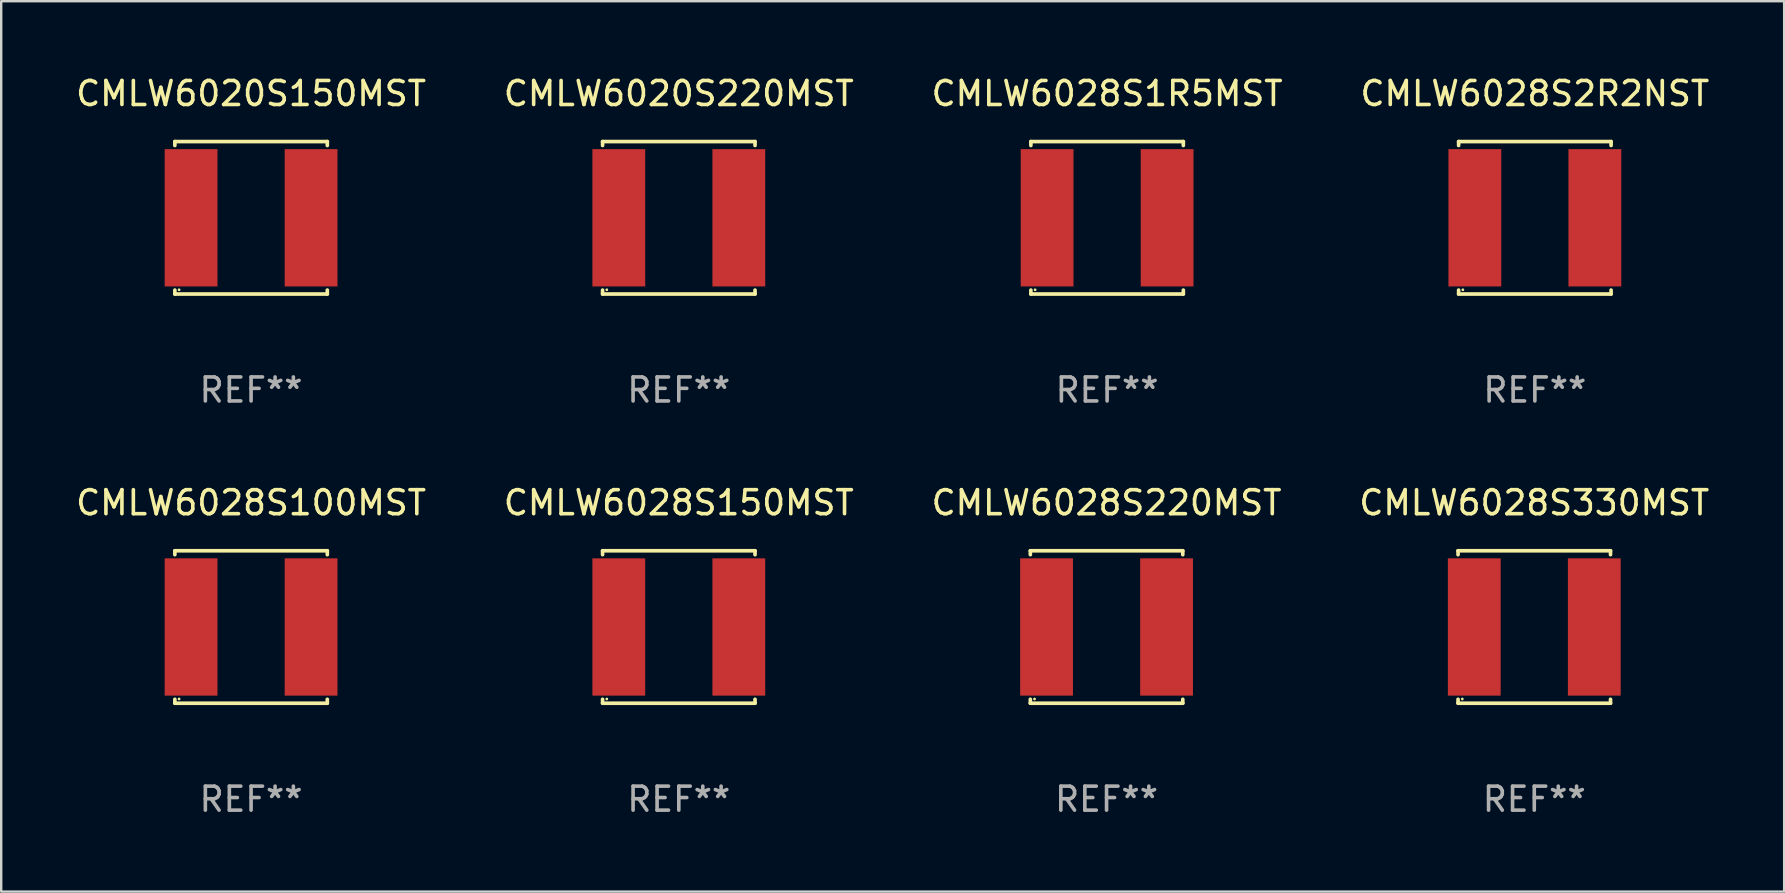
<source format=kicad_pcb>
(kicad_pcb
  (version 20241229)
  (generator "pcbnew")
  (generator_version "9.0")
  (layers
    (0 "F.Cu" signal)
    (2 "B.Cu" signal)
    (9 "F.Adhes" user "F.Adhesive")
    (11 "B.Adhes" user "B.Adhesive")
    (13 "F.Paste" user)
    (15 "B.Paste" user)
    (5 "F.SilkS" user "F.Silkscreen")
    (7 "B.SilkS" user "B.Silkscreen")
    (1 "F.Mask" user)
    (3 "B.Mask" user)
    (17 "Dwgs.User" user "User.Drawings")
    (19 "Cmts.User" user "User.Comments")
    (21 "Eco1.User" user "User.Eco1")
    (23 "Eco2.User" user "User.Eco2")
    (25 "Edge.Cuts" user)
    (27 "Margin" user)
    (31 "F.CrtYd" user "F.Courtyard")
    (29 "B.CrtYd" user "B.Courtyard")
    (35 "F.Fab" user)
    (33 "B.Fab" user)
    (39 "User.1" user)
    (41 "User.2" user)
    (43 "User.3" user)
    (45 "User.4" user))
  (footprint "CMLW6028S330MST"
    (layer "F.Cu")
    (at 60.875 23.073)
    (property "Reference" "CMLW6028S330MST" (at 0 -5.176 0) (layer "F.SilkS") (effects (font (size 1 1) (thickness 0.15))))
    (attr through_hole)
    (fp_line (start -3.176 -3.176) (end 3.176 -3.176) (stroke (width 0.152) (type solid)) (layer "F.SilkS"))
    (fp_line (start -3.176 -3.012) (end -3.176 -3.176) (stroke (width 0.152) (type solid)) (layer "F.SilkS"))
    (fp_line (start -3.176 3.012) (end -3.176 3.176) (stroke (width 0.152) (type solid)) (layer "F.SilkS"))
    (fp_line (start -3.176 3.176) (end 3.176 3.176) (stroke (width 0.152) (type solid)) (layer "F.SilkS"))
    (fp_line (start 3.176 -3.176) (end 3.176 -3.012) (stroke (width 0.152) (type solid)) (layer "F.SilkS"))
    (fp_line (start 3.176 3.176) (end 3.176 3.012) (stroke (width 0.152) (type solid)) (layer "F.SilkS"))
    (fp_circle (center -3 3) (end -2.97 3) (stroke (width 0.06) (type solid)) (fill no) (layer "F.SilkS"))
    (fp_text user "REF**" (at 0 7.176 0) (layer "F.Fab") (effects (font (size 1 1) (thickness 0.15))))
    (pad "1" smd rect (at -2.5 0) (size 2.2 5.72) (layers "F.Cu" "F.Mask" "F.Paste"))
    (pad "2" smd rect (at 2.5 0) (size 2.2 5.72) (layers "F.Cu" "F.Mask" "F.Paste")))
  (footprint "CMLW6020S150MST"
    (layer "F.Cu")
    (at 7.411 6.024)
    (property "Reference" "CMLW6020S150MST" (at 0 -5.176 0) (layer "F.SilkS") (effects (font (size 1 1) (thickness 0.15))))
    (attr through_hole)
    (fp_line (start -3.176 -3.176) (end 3.176 -3.176) (stroke (width 0.152) (type solid)) (layer "F.SilkS"))
    (fp_line (start -3.176 -3.012) (end -3.176 -3.176) (stroke (width 0.152) (type solid)) (layer "F.SilkS"))
    (fp_line (start -3.176 3.012) (end -3.176 3.176) (stroke (width 0.152) (type solid)) (layer "F.SilkS"))
    (fp_line (start -3.176 3.176) (end 3.176 3.176) (stroke (width 0.152) (type solid)) (layer "F.SilkS"))
    (fp_line (start 3.176 -3.176) (end 3.176 -3.012) (stroke (width 0.152) (type solid)) (layer "F.SilkS"))
    (fp_line (start 3.176 3.176) (end 3.176 3.012) (stroke (width 0.152) (type solid)) (layer "F.SilkS"))
    (fp_circle (center -3 3) (end -2.97 3) (stroke (width 0.06) (type solid)) (fill no) (layer "F.SilkS"))
    (fp_text user "REF**" (at 0 7.176 0) (layer "F.Fab") (effects (font (size 1 1) (thickness 0.15))))
    (pad "1" smd rect (at -2.5 0) (size 2.2 5.72) (layers "F.Cu" "F.Mask" "F.Paste"))
    (pad "2" smd rect (at 2.5 0) (size 2.2 5.72) (layers "F.Cu" "F.Mask" "F.Paste")))
  (footprint "CMLW6028S100MST"
    (layer "F.Cu")
    (at 7.411 23.073)
    (property "Reference" "CMLW6028S100MST" (at 0 -5.176 0) (layer "F.SilkS") (effects (font (size 1 1) (thickness 0.15))))
    (attr through_hole)
    (fp_line (start -3.176 -3.176) (end 3.176 -3.176) (stroke (width 0.152) (type solid)) (layer "F.SilkS"))
    (fp_line (start -3.176 -3.012) (end -3.176 -3.176) (stroke (width 0.152) (type solid)) (layer "F.SilkS"))
    (fp_line (start -3.176 3.012) (end -3.176 3.176) (stroke (width 0.152) (type solid)) (layer "F.SilkS"))
    (fp_line (start -3.176 3.176) (end 3.176 3.176) (stroke (width 0.152) (type solid)) (layer "F.SilkS"))
    (fp_line (start 3.176 -3.176) (end 3.176 -3.012) (stroke (width 0.152) (type solid)) (layer "F.SilkS"))
    (fp_line (start 3.176 3.176) (end 3.176 3.012) (stroke (width 0.152) (type solid)) (layer "F.SilkS"))
    (fp_circle (center -3 3) (end -2.97 3) (stroke (width 0.06) (type solid)) (fill no) (layer "F.SilkS"))
    (fp_text user "REF**" (at 0 7.176 0) (layer "F.Fab") (effects (font (size 1 1) (thickness 0.15))))
    (pad "1" smd rect (at -2.5 0) (size 2.2 5.72) (layers "F.Cu" "F.Mask" "F.Paste"))
    (pad "2" smd rect (at 2.5 0) (size 2.2 5.72) (layers "F.Cu" "F.Mask" "F.Paste")))
  (footprint "CMLW6028S2R2NST"
    (layer "F.Cu")
    (at 60.899 6.024)
    (property "Reference" "CMLW6028S2R2NST" (at 0 -5.176 0) (layer "F.SilkS") (effects (font (size 1 1) (thickness 0.15))))
    (attr through_hole)
    (fp_line (start -3.176 -3.176) (end 3.176 -3.176) (stroke (width 0.152) (type solid)) (layer "F.SilkS"))
    (fp_line (start -3.176 -3.012) (end -3.176 -3.176) (stroke (width 0.152) (type solid)) (layer "F.SilkS"))
    (fp_line (start -3.176 3.012) (end -3.176 3.176) (stroke (width 0.152) (type solid)) (layer "F.SilkS"))
    (fp_line (start -3.176 3.176) (end 3.176 3.176) (stroke (width 0.152) (type solid)) (layer "F.SilkS"))
    (fp_line (start 3.176 -3.176) (end 3.176 -3.012) (stroke (width 0.152) (type solid)) (layer "F.SilkS"))
    (fp_line (start 3.176 3.176) (end 3.176 3.012) (stroke (width 0.152) (type solid)) (layer "F.SilkS"))
    (fp_circle (center -3 3) (end -2.97 3) (stroke (width 0.06) (type solid)) (fill no) (layer "F.SilkS"))
    (fp_text user "REF**" (at 0 7.176 0) (layer "F.Fab") (effects (font (size 1 1) (thickness 0.15))))
    (pad "1" smd rect (at -2.5 0) (size 2.2 5.72) (layers "F.Cu" "F.Mask" "F.Paste"))
    (pad "2" smd rect (at 2.5 0) (size 2.2 5.72) (layers "F.Cu" "F.Mask" "F.Paste")))
  (footprint "CMLW6028S220MST"
    (layer "F.Cu")
    (at 43.054 23.073)
    (property "Reference" "CMLW6028S220MST" (at 0 -5.176 0) (layer "F.SilkS") (effects (font (size 1 1) (thickness 0.15))))
    (attr through_hole)
    (fp_line (start -3.176 -3.176) (end 3.176 -3.176) (stroke (width 0.152) (type solid)) (layer "F.SilkS"))
    (fp_line (start -3.176 -3.012) (end -3.176 -3.176) (stroke (width 0.152) (type solid)) (layer "F.SilkS"))
    (fp_line (start -3.176 3.012) (end -3.176 3.176) (stroke (width 0.152) (type solid)) (layer "F.SilkS"))
    (fp_line (start -3.176 3.176) (end 3.176 3.176) (stroke (width 0.152) (type solid)) (layer "F.SilkS"))
    (fp_line (start 3.176 -3.176) (end 3.176 -3.012) (stroke (width 0.152) (type solid)) (layer "F.SilkS"))
    (fp_line (start 3.176 3.176) (end 3.176 3.012) (stroke (width 0.152) (type solid)) (layer "F.SilkS"))
    (fp_circle (center -3 3) (end -2.97 3) (stroke (width 0.06) (type solid)) (fill no) (layer "F.SilkS"))
    (fp_text user "REF**" (at 0 7.176 0) (layer "F.Fab") (effects (font (size 1 1) (thickness 0.15))))
    (pad "1" smd rect (at -2.5 0) (size 2.2 5.72) (layers "F.Cu" "F.Mask" "F.Paste"))
    (pad "2" smd rect (at 2.5 0) (size 2.2 5.72) (layers "F.Cu" "F.Mask" "F.Paste")))
  (footprint "CMLW6028S1R5MST"
    (layer "F.Cu")
    (at 43.077 6.024)
    (property "Reference" "CMLW6028S1R5MST" (at 0 -5.176 0) (layer "F.SilkS") (effects (font (size 1 1) (thickness 0.15))))
    (attr through_hole)
    (fp_line (start -3.176 -3.176) (end 3.176 -3.176) (stroke (width 0.152) (type solid)) (layer "F.SilkS"))
    (fp_line (start -3.176 -3.012) (end -3.176 -3.176) (stroke (width 0.152) (type solid)) (layer "F.SilkS"))
    (fp_line (start -3.176 3.012) (end -3.176 3.176) (stroke (width 0.152) (type solid)) (layer "F.SilkS"))
    (fp_line (start -3.176 3.176) (end 3.176 3.176) (stroke (width 0.152) (type solid)) (layer "F.SilkS"))
    (fp_line (start 3.176 -3.176) (end 3.176 -3.012) (stroke (width 0.152) (type solid)) (layer "F.SilkS"))
    (fp_line (start 3.176 3.176) (end 3.176 3.012) (stroke (width 0.152) (type solid)) (layer "F.SilkS"))
    (fp_circle (center -3 3) (end -2.97 3) (stroke (width 0.06) (type solid)) (fill no) (layer "F.SilkS"))
    (fp_text user "REF**" (at 0 7.176 0) (layer "F.Fab") (effects (font (size 1 1) (thickness 0.15))))
    (pad "1" smd rect (at -2.5 0) (size 2.2 5.72) (layers "F.Cu" "F.Mask" "F.Paste"))
    (pad "2" smd rect (at 2.5 0) (size 2.2 5.72) (layers "F.Cu" "F.Mask" "F.Paste")))
  (footprint "CMLW6028S150MST"
    (layer "F.Cu")
    (at 25.232 23.073)
    (property "Reference" "CMLW6028S150MST" (at 0 -5.176 0) (layer "F.SilkS") (effects (font (size 1 1) (thickness 0.15))))
    (attr through_hole)
    (fp_line (start -3.176 -3.176) (end 3.176 -3.176) (stroke (width 0.152) (type solid)) (layer "F.SilkS"))
    (fp_line (start -3.176 -3.012) (end -3.176 -3.176) (stroke (width 0.152) (type solid)) (layer "F.SilkS"))
    (fp_line (start -3.176 3.012) (end -3.176 3.176) (stroke (width 0.152) (type solid)) (layer "F.SilkS"))
    (fp_line (start -3.176 3.176) (end 3.176 3.176) (stroke (width 0.152) (type solid)) (layer "F.SilkS"))
    (fp_line (start 3.176 -3.176) (end 3.176 -3.012) (stroke (width 0.152) (type solid)) (layer "F.SilkS"))
    (fp_line (start 3.176 3.176) (end 3.176 3.012) (stroke (width 0.152) (type solid)) (layer "F.SilkS"))
    (fp_circle (center -3 3) (end -2.97 3) (stroke (width 0.06) (type solid)) (fill no) (layer "F.SilkS"))
    (fp_text user "REF**" (at 0 7.176 0) (layer "F.Fab") (effects (font (size 1 1) (thickness 0.15))))
    (pad "1" smd rect (at -2.5 0) (size 2.2 5.72) (layers "F.Cu" "F.Mask" "F.Paste"))
    (pad "2" smd rect (at 2.5 0) (size 2.2 5.72) (layers "F.Cu" "F.Mask" "F.Paste")))
  (footprint "CMLW6020S220MST"
    (layer "F.Cu")
    (at 25.232 6.024)
    (property "Reference" "CMLW6020S220MST" (at 0 -5.176 0) (layer "F.SilkS") (effects (font (size 1 1) (thickness 0.15))))
    (attr through_hole)
    (fp_line (start -3.176 -3.176) (end 3.176 -3.176) (stroke (width 0.152) (type solid)) (layer "F.SilkS"))
    (fp_line (start -3.176 -3.012) (end -3.176 -3.176) (stroke (width 0.152) (type solid)) (layer "F.SilkS"))
    (fp_line (start -3.176 3.012) (end -3.176 3.176) (stroke (width 0.152) (type solid)) (layer "F.SilkS"))
    (fp_line (start -3.176 3.176) (end 3.176 3.176) (stroke (width 0.152) (type solid)) (layer "F.SilkS"))
    (fp_line (start 3.176 -3.176) (end 3.176 -3.012) (stroke (width 0.152) (type solid)) (layer "F.SilkS"))
    (fp_line (start 3.176 3.176) (end 3.176 3.012) (stroke (width 0.152) (type solid)) (layer "F.SilkS"))
    (fp_circle (center -3 3) (end -2.97 3) (stroke (width 0.06) (type solid)) (fill no) (layer "F.SilkS"))
    (fp_text user "REF**" (at 0 7.176 0) (layer "F.Fab") (effects (font (size 1 1) (thickness 0.15))))
    (pad "1" smd rect (at -2.5 0) (size 2.2 5.72) (layers "F.Cu" "F.Mask" "F.Paste"))
    (pad "2" smd rect (at 2.5 0) (size 2.2 5.72) (layers "F.Cu" "F.Mask" "F.Paste")))
  (gr_rect
    (start -3 -3)
    (end 71.286 34.098)
    (stroke (width 0.1) (type default))
    (fill no)
    (layer "Edge.Cuts")))
</source>
